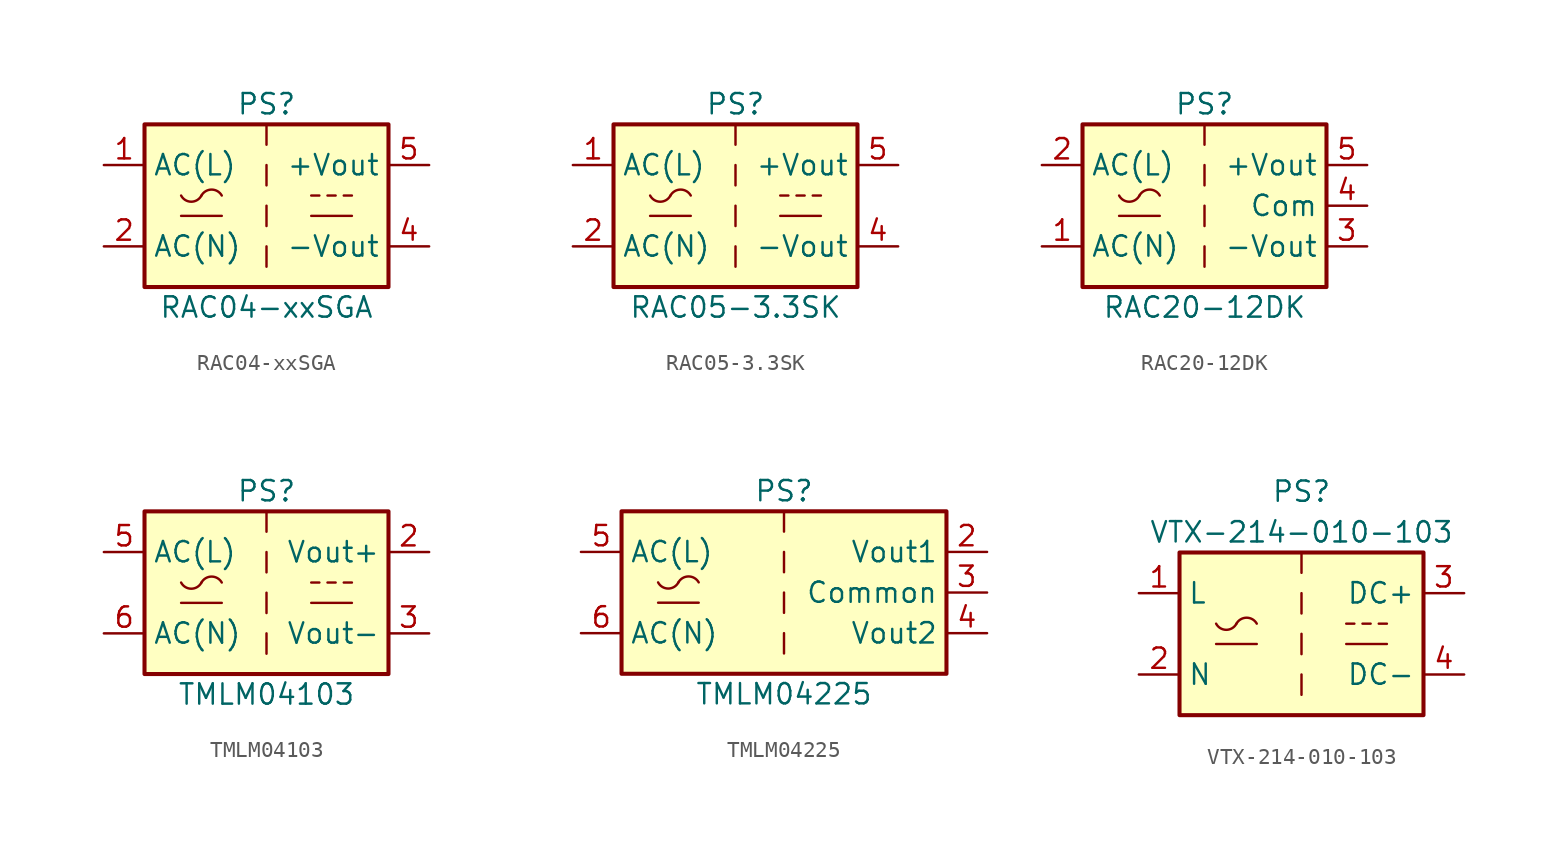
<source format=kicad_sym>
(kicad_symbol_lib
  (version 20211014)
  (generator kicad_symbol_editor)
  (symbol "RAC04-xxSGA"
    (property "Reference" "PS"
      (at 0 6.35 0)
      (effects (font (size 1.27 1.27))))
    (property "Value" "RAC04-xxSGA"
      (at 0 -6.35 0)
      (effects (font (size 1.27 1.27))))
    (symbol "RAC04-xxSGA_1_1"
      (rectangle (start -7.62 5.08) (end 7.62 -5.08) (stroke (width 0.254) (type default) (color 0 0 0 0)) (fill (type background)))
      (arc (start -5.334 0.635) (mid -4.699 0.2495) (end -4.064 0.635) (stroke (width 0) (type default) (color 0 0 0 0)) (fill (type none)))
      (arc (start -2.794 0.635) (mid -3.429 1.0072) (end -4.064 0.635) (stroke (width 0) (type default) (color 0 0 0 0)) (fill (type none)))
      (polyline (pts (xy -5.334 -0.635) (xy -2.794 -0.635)) (stroke (width 0) (type default) (color 0 0 0 0)) (fill (type none)))
      (polyline (pts (xy 0 -2.54) (xy 0 -3.81)) (stroke (width 0) (type default) (color 0 0 0 0)) (fill (type none)))
      (polyline (pts (xy 0 0) (xy 0 -1.27)) (stroke (width 0) (type default) (color 0 0 0 0)) (fill (type none)))
      (polyline (pts (xy 0 2.54) (xy 0 1.27)) (stroke (width 0) (type default) (color 0 0 0 0)) (fill (type none)))
      (polyline (pts (xy 0 5.08) (xy 0 3.81)) (stroke (width 0) (type default) (color 0 0 0 0)) (fill (type none)))
      (polyline (pts (xy 2.794 -0.635) (xy 5.334 -0.635)) (stroke (width 0) (type default) (color 0 0 0 0)) (fill (type none)))
      (polyline (pts (xy 2.794 0.635) (xy 3.302 0.635)) (stroke (width 0) (type default) (color 0 0 0 0)) (fill (type none)))
      (polyline (pts (xy 3.81 0.635) (xy 4.318 0.635)) (stroke (width 0) (type default) (color 0 0 0 0)) (fill (type none)))
      (polyline (pts (xy 4.826 0.635) (xy 5.334 0.635)) (stroke (width 0) (type default) (color 0 0 0 0)) (fill (type none)))
      (pin power_in line (at -10.16 2.54 0) (length 2.54) (name "AC(L)" (effects (font (size 1.27 1.27)))) (number "1" (effects (font (size 1.27 1.27)))))
      (pin power_in line (at -10.16 -2.54 0) (length 2.54) (name "AC(N)" (effects (font (size 1.27 1.27)))) (number "2" (effects (font (size 1.27 1.27)))))
      (pin no_connect line (at 7.62 0 180) (length 2.54) hide (name "NC" (effects (font (size 1.27 1.27)))) (number "3" (effects (font (size 1.27 1.27)))))
      (pin power_out line (at 10.16 -2.54 180) (length 2.54) (name "-Vout" (effects (font (size 1.27 1.27)))) (number "4" (effects (font (size 1.27 1.27)))))
      (pin power_out line (at 10.16 2.54 180) (length 2.54) (name "+Vout" (effects (font (size 1.27 1.27)))) (number "5" (effects (font (size 1.27 1.27)))))))
  (symbol "RAC05-3.3SK"
    (property "Reference" "PS"
      (at 0 6.35 0)
      (effects (font (size 1.27 1.27))))
    (property "Value" "RAC05-3.3SK"
      (at 0 -6.35 0)
      (effects (font (size 1.27 1.27))))
    (symbol "RAC05-3.3SK_1_1"
      (rectangle (start -7.62 5.08) (end 7.62 -5.08) (stroke (width 0.254) (type default) (color 0 0 0 0)) (fill (type background)))
      (arc (start -5.334 0.635) (mid -4.699 0.2495) (end -4.064 0.635) (stroke (width 0) (type default) (color 0 0 0 0)) (fill (type none)))
      (arc (start -2.794 0.635) (mid -3.429 1.0072) (end -4.064 0.635) (stroke (width 0) (type default) (color 0 0 0 0)) (fill (type none)))
      (polyline (pts (xy -5.334 -0.635) (xy -2.794 -0.635)) (stroke (width 0) (type default) (color 0 0 0 0)) (fill (type none)))
      (polyline (pts (xy 0 -2.54) (xy 0 -3.81)) (stroke (width 0) (type default) (color 0 0 0 0)) (fill (type none)))
      (polyline (pts (xy 0 0) (xy 0 -1.27)) (stroke (width 0) (type default) (color 0 0 0 0)) (fill (type none)))
      (polyline (pts (xy 0 2.54) (xy 0 1.27)) (stroke (width 0) (type default) (color 0 0 0 0)) (fill (type none)))
      (polyline (pts (xy 0 5.08) (xy 0 3.81)) (stroke (width 0) (type default) (color 0 0 0 0)) (fill (type none)))
      (polyline (pts (xy 2.794 -0.635) (xy 5.334 -0.635)) (stroke (width 0) (type default) (color 0 0 0 0)) (fill (type none)))
      (polyline (pts (xy 2.794 0.635) (xy 3.302 0.635)) (stroke (width 0) (type default) (color 0 0 0 0)) (fill (type none)))
      (polyline (pts (xy 3.81 0.635) (xy 4.318 0.635)) (stroke (width 0) (type default) (color 0 0 0 0)) (fill (type none)))
      (polyline (pts (xy 4.826 0.635) (xy 5.334 0.635)) (stroke (width 0) (type default) (color 0 0 0 0)) (fill (type none)))
      (pin power_in line (at -10.16 2.54 0) (length 2.54) (name "AC(L)" (effects (font (size 1.27 1.27)))) (number "1" (effects (font (size 1.27 1.27)))))
      (pin power_in line (at -10.16 -2.54 0) (length 2.54) (name "AC(N)" (effects (font (size 1.27 1.27)))) (number "2" (effects (font (size 1.27 1.27)))))
      (pin no_connect line (at 7.62 0 180) (length 2.54) hide (name "NC" (effects (font (size 1.27 1.27)))) (number "3" (effects (font (size 1.27 1.27)))))
      (pin power_out line (at 10.16 -2.54 180) (length 2.54) (name "-Vout" (effects (font (size 1.27 1.27)))) (number "4" (effects (font (size 1.27 1.27)))))
      (pin power_out line (at 10.16 2.54 180) (length 2.54) (name "+Vout" (effects (font (size 1.27 1.27)))) (number "5" (effects (font (size 1.27 1.27)))))))
  (symbol "RAC20-12DK"
    (property "Reference" "PS"
      (at 0 6.35 0)
      (effects (font (size 1.27 1.27))))
    (property "Value" "RAC20-12DK"
      (at 0 -6.35 0)
      (effects (font (size 1.27 1.27))))
    (symbol "RAC20-12DK_0_1"
      (rectangle (start -7.62 5.08) (end 7.62 -5.08) (stroke (width 0.254) (type default) (color 0 0 0 0)) (fill (type background)))
      (arc (start -5.334 0.635) (mid -4.699 0.2495) (end -4.064 0.635) (stroke (width 0) (type default) (color 0 0 0 0)) (fill (type none)))
      (arc (start -2.794 0.635) (mid -3.429 1.0072) (end -4.064 0.635) (stroke (width 0) (type default) (color 0 0 0 0)) (fill (type none)))
      (polyline (pts (xy -5.334 -0.635) (xy -2.794 -0.635)) (stroke (width 0) (type default) (color 0 0 0 0)) (fill (type none)))
      (polyline (pts (xy 0 -2.54) (xy 0 -3.81)) (stroke (width 0) (type default) (color 0 0 0 0)) (fill (type none)))
      (polyline (pts (xy 0 0) (xy 0 -1.27)) (stroke (width 0) (type default) (color 0 0 0 0)) (fill (type none)))
      (polyline (pts (xy 0 2.54) (xy 0 1.27)) (stroke (width 0) (type default) (color 0 0 0 0)) (fill (type none)))
      (polyline (pts (xy 0 5.08) (xy 0 3.81)) (stroke (width 0) (type default) (color 0 0 0 0)) (fill (type none))))
    (symbol "RAC20-12DK_1_1"
      (pin power_in line (at -10.16 -2.54 0) (length 2.54) (name "AC(N)" (effects (font (size 1.27 1.27)))) (number "1" (effects (font (size 1.27 1.27)))))
      (pin power_in line (at -10.16 2.54 0) (length 2.54) (name "AC(L)" (effects (font (size 1.27 1.27)))) (number "2" (effects (font (size 1.27 1.27)))))
      (pin power_out line (at 10.16 -2.54 180) (length 2.54) (name "-Vout" (effects (font (size 1.27 1.27)))) (number "3" (effects (font (size 1.27 1.27)))))
      (pin power_out line (at 10.16 0 180) (length 2.54) (name "Com" (effects (font (size 1.27 1.27)))) (number "4" (effects (font (size 1.27 1.27)))))
      (pin power_out line (at 10.16 2.54 180) (length 2.54) (name "+Vout" (effects (font (size 1.27 1.27)))) (number "5" (effects (font (size 1.27 1.27)))))))
  (symbol "TMLM04103"
    (property "Reference" "PS"
      (at 0 6.35 0)
      (effects (font (size 1.27 1.27))))
    (property "Value" "TMLM04103"
      (at 0 -6.35 0)
      (effects (font (size 1.27 1.27))))
    (symbol "TMLM04103_0_1"
      (rectangle (start -7.62 5.08) (end 7.62 -5.08) (stroke (width 0.254) (type default) (color 0 0 0 0)) (fill (type background)))
      (arc (start -5.334 0.635) (mid -4.699 0.2495) (end -4.064 0.635) (stroke (width 0) (type default) (color 0 0 0 0)) (fill (type none)))
      (arc (start -2.794 0.635) (mid -3.429 1.0072) (end -4.064 0.635) (stroke (width 0) (type default) (color 0 0 0 0)) (fill (type none)))
      (polyline (pts (xy -5.334 -0.635) (xy -2.794 -0.635)) (stroke (width 0) (type default) (color 0 0 0 0)) (fill (type none)))
      (polyline (pts (xy 0 -2.54) (xy 0 -3.81)) (stroke (width 0) (type default) (color 0 0 0 0)) (fill (type none)))
      (polyline (pts (xy 0 0) (xy 0 -1.27)) (stroke (width 0) (type default) (color 0 0 0 0)) (fill (type none)))
      (polyline (pts (xy 0 2.54) (xy 0 1.27)) (stroke (width 0) (type default) (color 0 0 0 0)) (fill (type none)))
      (polyline (pts (xy 0 5.08) (xy 0 3.81)) (stroke (width 0) (type default) (color 0 0 0 0)) (fill (type none)))
      (polyline (pts (xy 2.794 -0.635) (xy 5.334 -0.635)) (stroke (width 0) (type default) (color 0 0 0 0)) (fill (type none)))
      (polyline (pts (xy 2.794 0.635) (xy 3.302 0.635)) (stroke (width 0) (type default) (color 0 0 0 0)) (fill (type none)))
      (polyline (pts (xy 3.81 0.635) (xy 4.318 0.635)) (stroke (width 0) (type default) (color 0 0 0 0)) (fill (type none)))
      (polyline (pts (xy 4.826 0.635) (xy 5.334 0.635)) (stroke (width 0) (type default) (color 0 0 0 0)) (fill (type none))))
    (symbol "TMLM04103_1_1"
      (pin power_out line (at 10.16 2.54 180) (length 2.54) (name "Vout+" (effects (font (size 1.27 1.27)))) (number "2" (effects (font (size 1.27 1.27)))))
      (pin power_out line (at 10.16 -2.54 180) (length 2.54) (name "Vout-" (effects (font (size 1.27 1.27)))) (number "3" (effects (font (size 1.27 1.27)))))
      (pin power_in line (at -10.16 2.54 0) (length 2.54) (name "AC(L)" (effects (font (size 1.27 1.27)))) (number "5" (effects (font (size 1.27 1.27)))))
      (pin power_in line (at -10.16 -2.54 0) (length 2.54) (name "AC(N)" (effects (font (size 1.27 1.27)))) (number "6" (effects (font (size 1.27 1.27)))))))
  (symbol "TMLM04225"
    (property "Reference" "PS"
      (at 0 6.35 0)
      (effects (font (size 1.27 1.27))))
    (property "Value" "TMLM04225"
      (at 0 -6.35 0)
      (effects (font (size 1.27 1.27))))
    (symbol "TMLM04225_0_1"
      (rectangle (start -10.16 5.08) (end 10.16 -5.08) (stroke (width 0.254) (type default) (color 0 0 0 0)) (fill (type background)))
      (arc (start -7.874 0.635) (mid -7.239 0.2495) (end -6.604 0.635) (stroke (width 0) (type default) (color 0 0 0 0)) (fill (type none)))
      (arc (start -5.334 0.635) (mid -5.969 1.0072) (end -6.604 0.635) (stroke (width 0) (type default) (color 0 0 0 0)) (fill (type none)))
      (polyline (pts (xy -7.874 -0.635) (xy -5.334 -0.635)) (stroke (width 0) (type default) (color 0 0 0 0)) (fill (type none)))
      (polyline (pts (xy 0 -2.54) (xy 0 -3.81)) (stroke (width 0) (type default) (color 0 0 0 0)) (fill (type none)))
      (polyline (pts (xy 0 0) (xy 0 -1.27)) (stroke (width 0) (type default) (color 0 0 0 0)) (fill (type none)))
      (polyline (pts (xy 0 2.54) (xy 0 1.27)) (stroke (width 0) (type default) (color 0 0 0 0)) (fill (type none)))
      (polyline (pts (xy 0 5.08) (xy 0 3.81)) (stroke (width 0) (type default) (color 0 0 0 0)) (fill (type none))))
    (symbol "TMLM04225_1_1"
      (pin power_out line (at 12.7 2.54 180) (length 2.54) (name "Vout1" (effects (font (size 1.27 1.27)))) (number "2" (effects (font (size 1.27 1.27)))))
      (pin power_out line (at 12.7 0 180) (length 2.54) (name "Common" (effects (font (size 1.27 1.27)))) (number "3" (effects (font (size 1.27 1.27)))))
      (pin power_out line (at 12.7 -2.54 180) (length 2.54) (name "Vout2" (effects (font (size 1.27 1.27)))) (number "4" (effects (font (size 1.27 1.27)))))
      (pin power_in line (at -12.7 2.54 0) (length 2.54) (name "AC(L)" (effects (font (size 1.27 1.27)))) (number "5" (effects (font (size 1.27 1.27)))))
      (pin power_in line (at -12.7 -2.54 0) (length 2.54) (name "AC(N)" (effects (font (size 1.27 1.27)))) (number "6" (effects (font (size 1.27 1.27)))))))
  (symbol "VTX-214-010-103"
    (property "Reference" "PS"
      (at 0 8.89 0)
      (effects (font (size 1.27 1.27))))
    (property "Value" "VTX-214-010-103"
      (at 0 6.35 0)
      (effects (font (size 1.27 1.27))))
    (symbol "VTX-214-010-103_0_1"
      (rectangle (start -7.62 5.08) (end 7.62 -5.08) (stroke (width 0.254) (type default) (color 0 0 0 0)) (fill (type background)))
      (arc (start -5.334 0.635) (mid -4.699 0.2495) (end -4.064 0.635) (stroke (width 0) (type default) (color 0 0 0 0)) (fill (type none)))
      (arc (start -2.794 0.635) (mid -3.429 1.0072) (end -4.064 0.635) (stroke (width 0) (type default) (color 0 0 0 0)) (fill (type none)))
      (polyline (pts (xy -5.334 -0.635) (xy -2.794 -0.635)) (stroke (width 0) (type default) (color 0 0 0 0)) (fill (type none)))
      (polyline (pts (xy 2.794 -0.635) (xy 5.334 -0.635)) (stroke (width 0) (type default) (color 0 0 0 0)) (fill (type none)))
      (polyline (pts (xy 2.794 0.635) (xy 3.302 0.635)) (stroke (width 0) (type default) (color 0 0 0 0)) (fill (type none)))
      (polyline (pts (xy 3.81 0.635) (xy 4.318 0.635)) (stroke (width 0) (type default) (color 0 0 0 0)) (fill (type none)))
      (polyline (pts (xy 4.826 0.635) (xy 5.334 0.635)) (stroke (width 0) (type default) (color 0 0 0 0)) (fill (type none))))
    (symbol "VTX-214-010-103_1_1"
      (polyline (pts (xy 0 -2.54) (xy 0 -3.81)) (stroke (width 0) (type default) (color 0 0 0 0)) (fill (type none)))
      (polyline (pts (xy 0 0) (xy 0 -1.27)) (stroke (width 0) (type default) (color 0 0 0 0)) (fill (type none)))
      (polyline (pts (xy 0 2.54) (xy 0 1.27)) (stroke (width 0) (type default) (color 0 0 0 0)) (fill (type none)))
      (polyline (pts (xy 0 5.08) (xy 0 3.81)) (stroke (width 0) (type default) (color 0 0 0 0)) (fill (type none)))
      (pin power_in line (at -10.16 2.54 0) (length 2.54) (name "L" (effects (font (size 1.27 1.27)))) (number "1" (effects (font (size 1.27 1.27)))))
      (pin power_in line (at -10.16 -2.54 0) (length 2.54) (name "N" (effects (font (size 1.27 1.27)))) (number "2" (effects (font (size 1.27 1.27)))))
      (pin power_out line (at 10.16 2.54 180) (length 2.54) (name "DC+" (effects (font (size 1.27 1.27)))) (number "3" (effects (font (size 1.27 1.27)))))
      (pin power_out line (at 10.16 -2.54 180) (length 2.54) (name "DC-" (effects (font (size 1.27 1.27)))) (number "4" (effects (font (size 1.27 1.27))))))))
</source>
